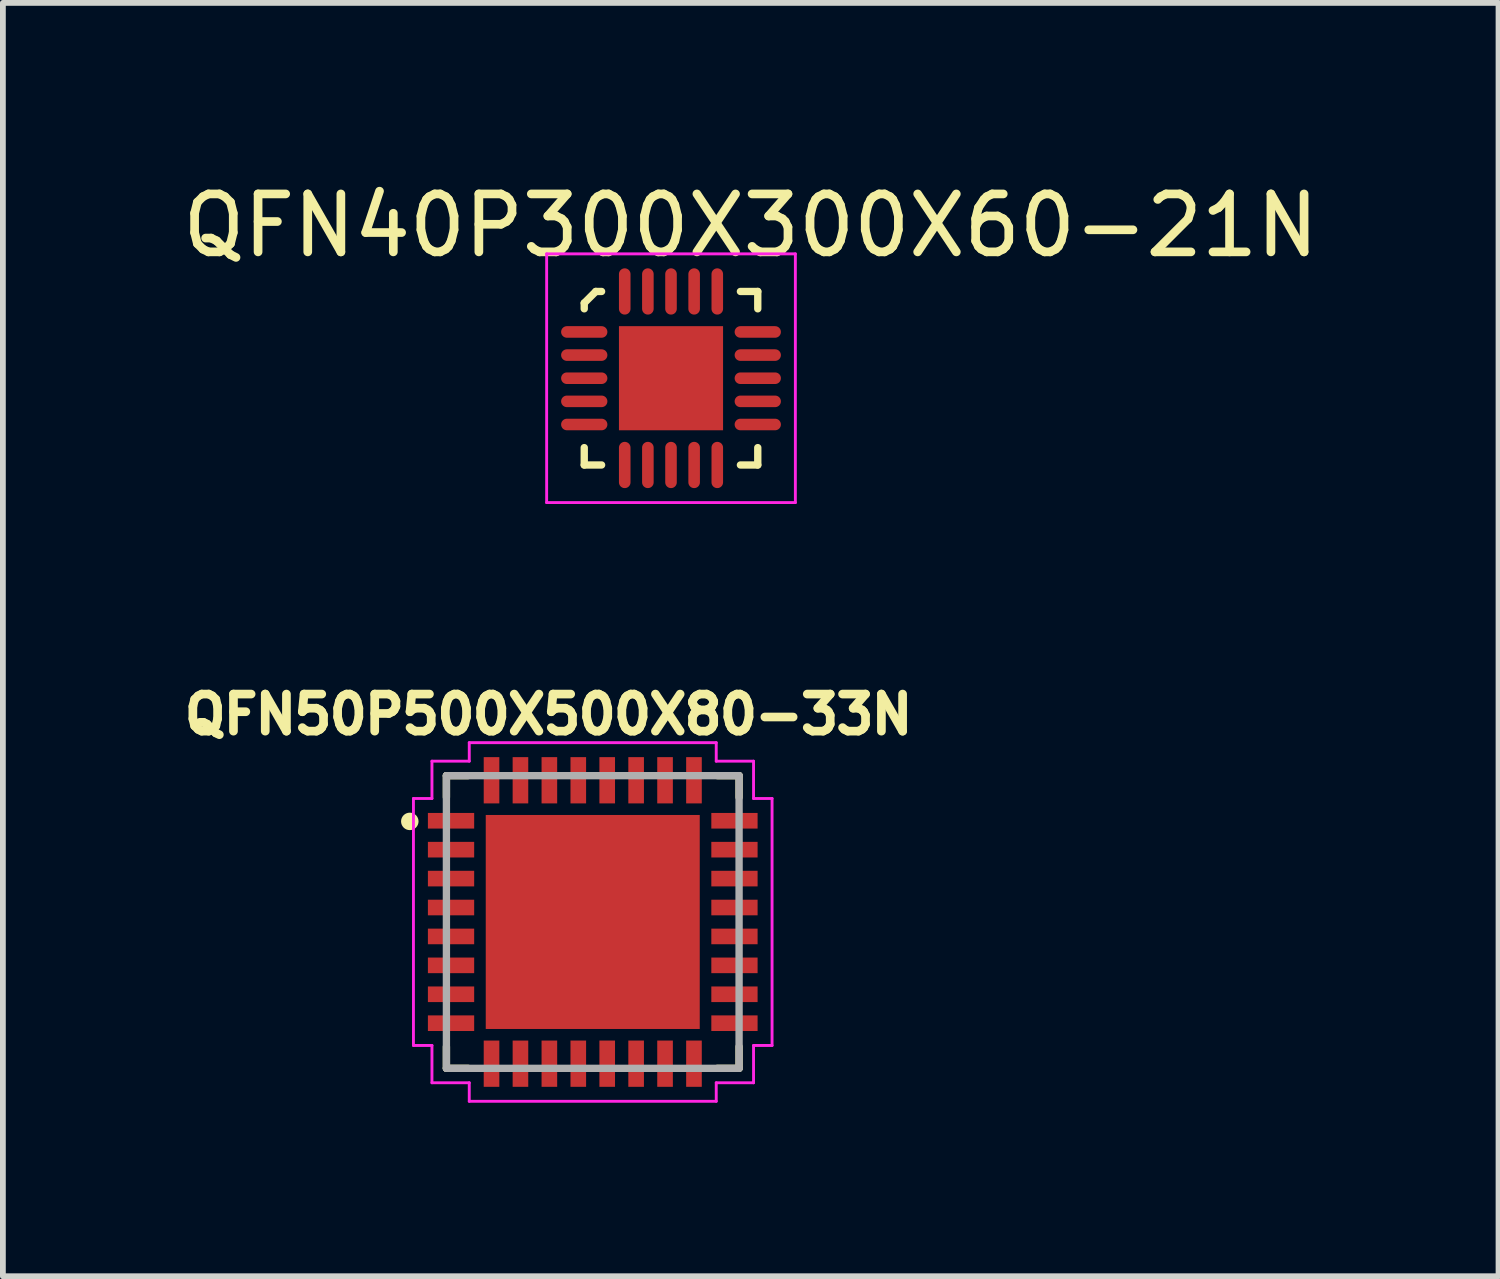
<source format=kicad_pcb>
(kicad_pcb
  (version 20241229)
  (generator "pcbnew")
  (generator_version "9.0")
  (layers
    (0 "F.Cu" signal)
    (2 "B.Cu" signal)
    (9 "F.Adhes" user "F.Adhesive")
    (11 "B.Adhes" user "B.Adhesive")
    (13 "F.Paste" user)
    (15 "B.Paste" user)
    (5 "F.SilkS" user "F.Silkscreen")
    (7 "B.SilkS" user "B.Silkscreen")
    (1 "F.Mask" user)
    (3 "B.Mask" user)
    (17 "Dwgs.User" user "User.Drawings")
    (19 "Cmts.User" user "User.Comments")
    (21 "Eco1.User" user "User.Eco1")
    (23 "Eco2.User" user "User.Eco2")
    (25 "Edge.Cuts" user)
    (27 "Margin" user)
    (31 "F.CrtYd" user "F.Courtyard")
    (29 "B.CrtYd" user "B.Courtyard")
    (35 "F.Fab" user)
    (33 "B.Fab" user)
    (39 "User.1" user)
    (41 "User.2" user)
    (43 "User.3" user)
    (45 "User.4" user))
  (footprint "QFN40P300X300X60-21N"
    (layer "F.Cu")
    (at 8.551 3.489)
    (property "Reference" "QFN40P300X300X60-21N" (at 1.378 -2.64 0) (layer "F.SilkS") (effects (font (size 1.002 1.002) (thickness 0.15))))
    (attr through_hole)
    (fp_line (start -1.5 -1.3) (end -1.3 -1.5) (stroke (width 0.127) (type solid)) (layer "F.SilkS"))
    (fp_line (start -1.5 -1.2) (end -1.5 -1.3) (stroke (width 0.127) (type solid)) (layer "F.SilkS"))
    (fp_line (start -1.5 1.5) (end -1.5 1.2) (stroke (width 0.127) (type solid)) (layer "F.SilkS"))
    (fp_line (start -1.3 -1.5) (end -1.2 -1.5) (stroke (width 0.127) (type solid)) (layer "F.SilkS"))
    (fp_line (start -1.2 1.5) (end -1.5 1.5) (stroke (width 0.127) (type solid)) (layer "F.SilkS"))
    (fp_line (start 1.2 -1.5) (end 1.5 -1.5) (stroke (width 0.127) (type solid)) (layer "F.SilkS"))
    (fp_line (start 1.5 -1.5) (end 1.5 -1.2) (stroke (width 0.127) (type solid)) (layer "F.SilkS"))
    (fp_line (start 1.5 1.2) (end 1.5 1.5) (stroke (width 0.127) (type solid)) (layer "F.SilkS"))
    (fp_line (start 1.5 1.5) (end 1.2 1.5) (stroke (width 0.127) (type solid)) (layer "F.SilkS"))
    (fp_poly (pts (xy -0.57 -0.57) (xy 0.57 -0.57) (xy 0.57 0.57) (xy -0.57 0.57)) (stroke (width 0.01) (type solid)) (fill yes) (layer "F.Paste"))
    (fp_line (start -2.15 -2.15) (end 2.15 -2.15) (stroke (width 0.05) (type solid)) (layer "F.CrtYd"))
    (fp_line (start -2.15 2.15) (end -2.15 -2.15) (stroke (width 0.05) (type solid)) (layer "F.CrtYd"))
    (fp_line (start 2.15 -2.15) (end 2.15 2.15) (stroke (width 0.05) (type solid)) (layer "F.CrtYd"))
    (fp_line (start 2.15 2.15) (end -2.15 2.15) (stroke (width 0.05) (type solid)) (layer "F.CrtYd"))
    (pad "1" smd oval (at -1.5 -0.8) (size 0.8 0.2) (layers "F.Cu" "F.Mask" "F.Paste"))
    (pad "2" smd oval (at -1.5 -0.4) (size 0.8 0.2) (layers "F.Cu" "F.Mask" "F.Paste"))
    (pad "3" smd oval (at -1.5 0) (size 0.8 0.2) (layers "F.Cu" "F.Mask" "F.Paste"))
    (pad "4" smd oval (at -1.5 0.4) (size 0.8 0.2) (layers "F.Cu" "F.Mask" "F.Paste"))
    (pad "5" smd oval (at -1.5 0.8) (size 0.8 0.2) (layers "F.Cu" "F.Mask" "F.Paste"))
    (pad "6" smd oval (at -0.8 1.5 90) (size 0.8 0.2) (layers "F.Cu" "F.Mask" "F.Paste"))
    (pad "7" smd oval (at -0.4 1.5 90) (size 0.8 0.2) (layers "F.Cu" "F.Mask" "F.Paste"))
    (pad "8" smd oval (at 0 1.5 90) (size 0.8 0.2) (layers "F.Cu" "F.Mask" "F.Paste"))
    (pad "9" smd oval (at 0.4 1.5 90) (size 0.8 0.2) (layers "F.Cu" "F.Mask" "F.Paste"))
    (pad "10" smd oval (at 0.8 1.5 90) (size 0.8 0.2) (layers "F.Cu" "F.Mask" "F.Paste"))
    (pad "11" smd oval (at 1.5 0.8 180) (size 0.8 0.2) (layers "F.Cu" "F.Mask" "F.Paste"))
    (pad "12" smd oval (at 1.5 0.4 180) (size 0.8 0.2) (layers "F.Cu" "F.Mask" "F.Paste"))
    (pad "13" smd oval (at 1.5 0 180) (size 0.8 0.2) (layers "F.Cu" "F.Mask" "F.Paste"))
    (pad "14" smd oval (at 1.5 -0.4 180) (size 0.8 0.2) (layers "F.Cu" "F.Mask" "F.Paste"))
    (pad "15" smd oval (at 1.5 -0.8 180) (size 0.8 0.2) (layers "F.Cu" "F.Mask" "F.Paste"))
    (pad "16" smd oval (at 0.8 -1.5 270) (size 0.8 0.2) (layers "F.Cu" "F.Mask" "F.Paste"))
    (pad "17" smd oval (at 0.4 -1.5 270) (size 0.8 0.2) (layers "F.Cu" "F.Mask" "F.Paste"))
    (pad "18" smd oval (at 0 -1.5 270) (size 0.8 0.2) (layers "F.Cu" "F.Mask" "F.Paste"))
    (pad "19" smd oval (at -0.4 -1.5 270) (size 0.8 0.2) (layers "F.Cu" "F.Mask" "F.Paste"))
    (pad "20" smd oval (at -0.8 -1.5 270) (size 0.8 0.2) (layers "F.Cu" "F.Mask" "F.Paste"))
    (pad "21" smd rect (at 0 0) (size 1.8 1.8) (layers "F.Cu" "F.Mask")))
  (footprint "QFN50P500X500X80-33N"
    (layer "F.Cu")
    (at 7.198 12.89)
    (property "Reference" "QFN50P500X500X80-33N" (at -0.763 -3.588 0) (layer "F.SilkS") (effects (font (size 0.641 0.641) (thickness 0.15))))
    (attr through_hole)
    (fp_line (start -2.53 -2.53) (end -2.156 -2.53) (stroke (width 0.127) (type solid)) (layer "F.SilkS"))
    (fp_line (start -2.53 -2.156) (end -2.53 -2.53) (stroke (width 0.127) (type solid)) (layer "F.SilkS"))
    (fp_line (start -2.53 2.53) (end -2.53 2.156) (stroke (width 0.127) (type solid)) (layer "F.SilkS"))
    (fp_line (start -2.156 2.53) (end -2.53 2.53) (stroke (width 0.127) (type solid)) (layer "F.SilkS"))
    (fp_line (start 2.156 -2.53) (end 2.53 -2.53) (stroke (width 0.127) (type solid)) (layer "F.SilkS"))
    (fp_line (start 2.53 -2.53) (end 2.53 -2.156) (stroke (width 0.127) (type solid)) (layer "F.SilkS"))
    (fp_line (start 2.53 2.156) (end 2.53 2.53) (stroke (width 0.127) (type solid)) (layer "F.SilkS"))
    (fp_line (start 2.53 2.53) (end 2.156 2.53) (stroke (width 0.127) (type solid)) (layer "F.SilkS"))
    (fp_circle (center -3.163 -1.739) (end -3.087 -1.739) (stroke (width 0.15) (type solid)) (fill no) (layer "F.SilkS"))
    (fp_poly (pts (xy -1.172 -1.17) (xy 1.17 -1.17) (xy 1.17 1.172) (xy -1.172 1.172)) (stroke (width 0.01) (type solid)) (fill yes) (layer "F.Paste"))
    (fp_line (start -3.1 -2.135) (end -2.78 -2.135) (stroke (width 0.05) (type solid)) (layer "F.CrtYd"))
    (fp_line (start -3.1 2.135) (end -3.1 -2.135) (stroke (width 0.05) (type solid)) (layer "F.CrtYd"))
    (fp_line (start -2.78 -2.78) (end -2.135 -2.78) (stroke (width 0.05) (type solid)) (layer "F.CrtYd"))
    (fp_line (start -2.78 -2.135) (end -2.78 -2.78) (stroke (width 0.05) (type solid)) (layer "F.CrtYd"))
    (fp_line (start -2.78 2.135) (end -3.1 2.135) (stroke (width 0.05) (type solid)) (layer "F.CrtYd"))
    (fp_line (start -2.78 2.78) (end -2.78 2.135) (stroke (width 0.05) (type solid)) (layer "F.CrtYd"))
    (fp_line (start -2.135 -3.1) (end 2.135 -3.1) (stroke (width 0.05) (type solid)) (layer "F.CrtYd"))
    (fp_line (start -2.135 -2.78) (end -2.135 -3.1) (stroke (width 0.05) (type solid)) (layer "F.CrtYd"))
    (fp_line (start -2.135 2.78) (end -2.78 2.78) (stroke (width 0.05) (type solid)) (layer "F.CrtYd"))
    (fp_line (start -2.135 3.1) (end -2.135 2.78) (stroke (width 0.05) (type solid)) (layer "F.CrtYd"))
    (fp_line (start 2.135 -3.1) (end 2.135 -2.78) (stroke (width 0.05) (type solid)) (layer "F.CrtYd"))
    (fp_line (start 2.135 -2.78) (end 2.78 -2.78) (stroke (width 0.05) (type solid)) (layer "F.CrtYd"))
    (fp_line (start 2.135 2.78) (end 2.135 3.1) (stroke (width 0.05) (type solid)) (layer "F.CrtYd"))
    (fp_line (start 2.135 3.1) (end -2.135 3.1) (stroke (width 0.05) (type solid)) (layer "F.CrtYd"))
    (fp_line (start 2.78 -2.78) (end 2.78 -2.135) (stroke (width 0.05) (type solid)) (layer "F.CrtYd"))
    (fp_line (start 2.78 -2.135) (end 3.1 -2.135) (stroke (width 0.05) (type solid)) (layer "F.CrtYd"))
    (fp_line (start 2.78 2.135) (end 2.78 2.78) (stroke (width 0.05) (type solid)) (layer "F.CrtYd"))
    (fp_line (start 2.78 2.78) (end 2.135 2.78) (stroke (width 0.05) (type solid)) (layer "F.CrtYd"))
    (fp_line (start 3.1 -2.135) (end 3.1 2.135) (stroke (width 0.05) (type solid)) (layer "F.CrtYd"))
    (fp_line (start 3.1 2.135) (end 2.78 2.135) (stroke (width 0.05) (type solid)) (layer "F.CrtYd"))
    (fp_line (start -2.53 -2.53) (end -2.53 2.53) (stroke (width 0.127) (type solid)) (layer "F.Fab"))
    (fp_line (start -2.53 2.53) (end 2.53 2.53) (stroke (width 0.127) (type solid)) (layer "F.Fab"))
    (fp_line (start 2.53 -2.53) (end -2.53 -2.53) (stroke (width 0.127) (type solid)) (layer "F.Fab"))
    (fp_line (start 2.53 2.53) (end 2.53 -2.53) (stroke (width 0.127) (type solid)) (layer "F.Fab"))
    (pad "1" smd rect (at -2.45 -1.75) (size 0.8 0.27) (layers "F.Cu" "F.Mask" "F.Paste"))
    (pad "2" smd rect (at -2.45 -1.25) (size 0.8 0.27) (layers "F.Cu" "F.Mask" "F.Paste"))
    (pad "3" smd rect (at -2.45 -0.75) (size 0.8 0.27) (layers "F.Cu" "F.Mask" "F.Paste"))
    (pad "4" smd rect (at -2.45 -0.25) (size 0.8 0.27) (layers "F.Cu" "F.Mask" "F.Paste"))
    (pad "5" smd rect (at -2.45 0.25) (size 0.8 0.27) (layers "F.Cu" "F.Mask" "F.Paste"))
    (pad "6" smd rect (at -2.45 0.75) (size 0.8 0.27) (layers "F.Cu" "F.Mask" "F.Paste"))
    (pad "7" smd rect (at -2.45 1.25) (size 0.8 0.27) (layers "F.Cu" "F.Mask" "F.Paste"))
    (pad "8" smd rect (at -2.45 1.75) (size 0.8 0.27) (layers "F.Cu" "F.Mask" "F.Paste"))
    (pad "9" smd rect (at -1.75 2.45) (size 0.27 0.8) (layers "F.Cu" "F.Mask" "F.Paste"))
    (pad "10" smd rect (at -1.25 2.45) (size 0.27 0.8) (layers "F.Cu" "F.Mask" "F.Paste"))
    (pad "11" smd rect (at -0.75 2.45) (size 0.27 0.8) (layers "F.Cu" "F.Mask" "F.Paste"))
    (pad "12" smd rect (at -0.25 2.45) (size 0.27 0.8) (layers "F.Cu" "F.Mask" "F.Paste"))
    (pad "13" smd rect (at 0.25 2.45) (size 0.27 0.8) (layers "F.Cu" "F.Mask" "F.Paste"))
    (pad "14" smd rect (at 0.75 2.45) (size 0.27 0.8) (layers "F.Cu" "F.Mask" "F.Paste"))
    (pad "15" smd rect (at 1.25 2.45) (size 0.27 0.8) (layers "F.Cu" "F.Mask" "F.Paste"))
    (pad "16" smd rect (at 1.75 2.45) (size 0.27 0.8) (layers "F.Cu" "F.Mask" "F.Paste"))
    (pad "17" smd rect (at 2.45 1.75) (size 0.8 0.27) (layers "F.Cu" "F.Mask" "F.Paste"))
    (pad "18" smd rect (at 2.45 1.25) (size 0.8 0.27) (layers "F.Cu" "F.Mask" "F.Paste"))
    (pad "19" smd rect (at 2.45 0.75) (size 0.8 0.27) (layers "F.Cu" "F.Mask" "F.Paste"))
    (pad "20" smd rect (at 2.45 0.25) (size 0.8 0.27) (layers "F.Cu" "F.Mask" "F.Paste"))
    (pad "21" smd rect (at 2.45 -0.25) (size 0.8 0.27) (layers "F.Cu" "F.Mask" "F.Paste"))
    (pad "22" smd rect (at 2.45 -0.75) (size 0.8 0.27) (layers "F.Cu" "F.Mask" "F.Paste"))
    (pad "23" smd rect (at 2.45 -1.25) (size 0.8 0.27) (layers "F.Cu" "F.Mask" "F.Paste"))
    (pad "24" smd rect (at 2.45 -1.75) (size 0.8 0.27) (layers "F.Cu" "F.Mask" "F.Paste"))
    (pad "25" smd rect (at 1.75 -2.45) (size 0.27 0.8) (layers "F.Cu" "F.Mask" "F.Paste"))
    (pad "26" smd rect (at 1.25 -2.45) (size 0.27 0.8) (layers "F.Cu" "F.Mask" "F.Paste"))
    (pad "27" smd rect (at 0.75 -2.45) (size 0.27 0.8) (layers "F.Cu" "F.Mask" "F.Paste"))
    (pad "28" smd rect (at 0.25 -2.45) (size 0.27 0.8) (layers "F.Cu" "F.Mask" "F.Paste"))
    (pad "29" smd rect (at -0.25 -2.45) (size 0.27 0.8) (layers "F.Cu" "F.Mask" "F.Paste"))
    (pad "30" smd rect (at -0.75 -2.45) (size 0.27 0.8) (layers "F.Cu" "F.Mask" "F.Paste"))
    (pad "31" smd rect (at -1.25 -2.45) (size 0.27 0.8) (layers "F.Cu" "F.Mask" "F.Paste"))
    (pad "32" smd rect (at -1.75 -2.45) (size 0.27 0.8) (layers "F.Cu" "F.Mask" "F.Paste"))
    (pad "33" smd rect (at 0 0) (size 3.7 3.7) (layers "F.Cu" "F.Mask")))
  (gr_rect
    (start -3 -3)
    (end 22.858 19.015)
    (stroke (width 0.1) (type default))
    (fill no)
    (layer "Edge.Cuts")))
</source>
